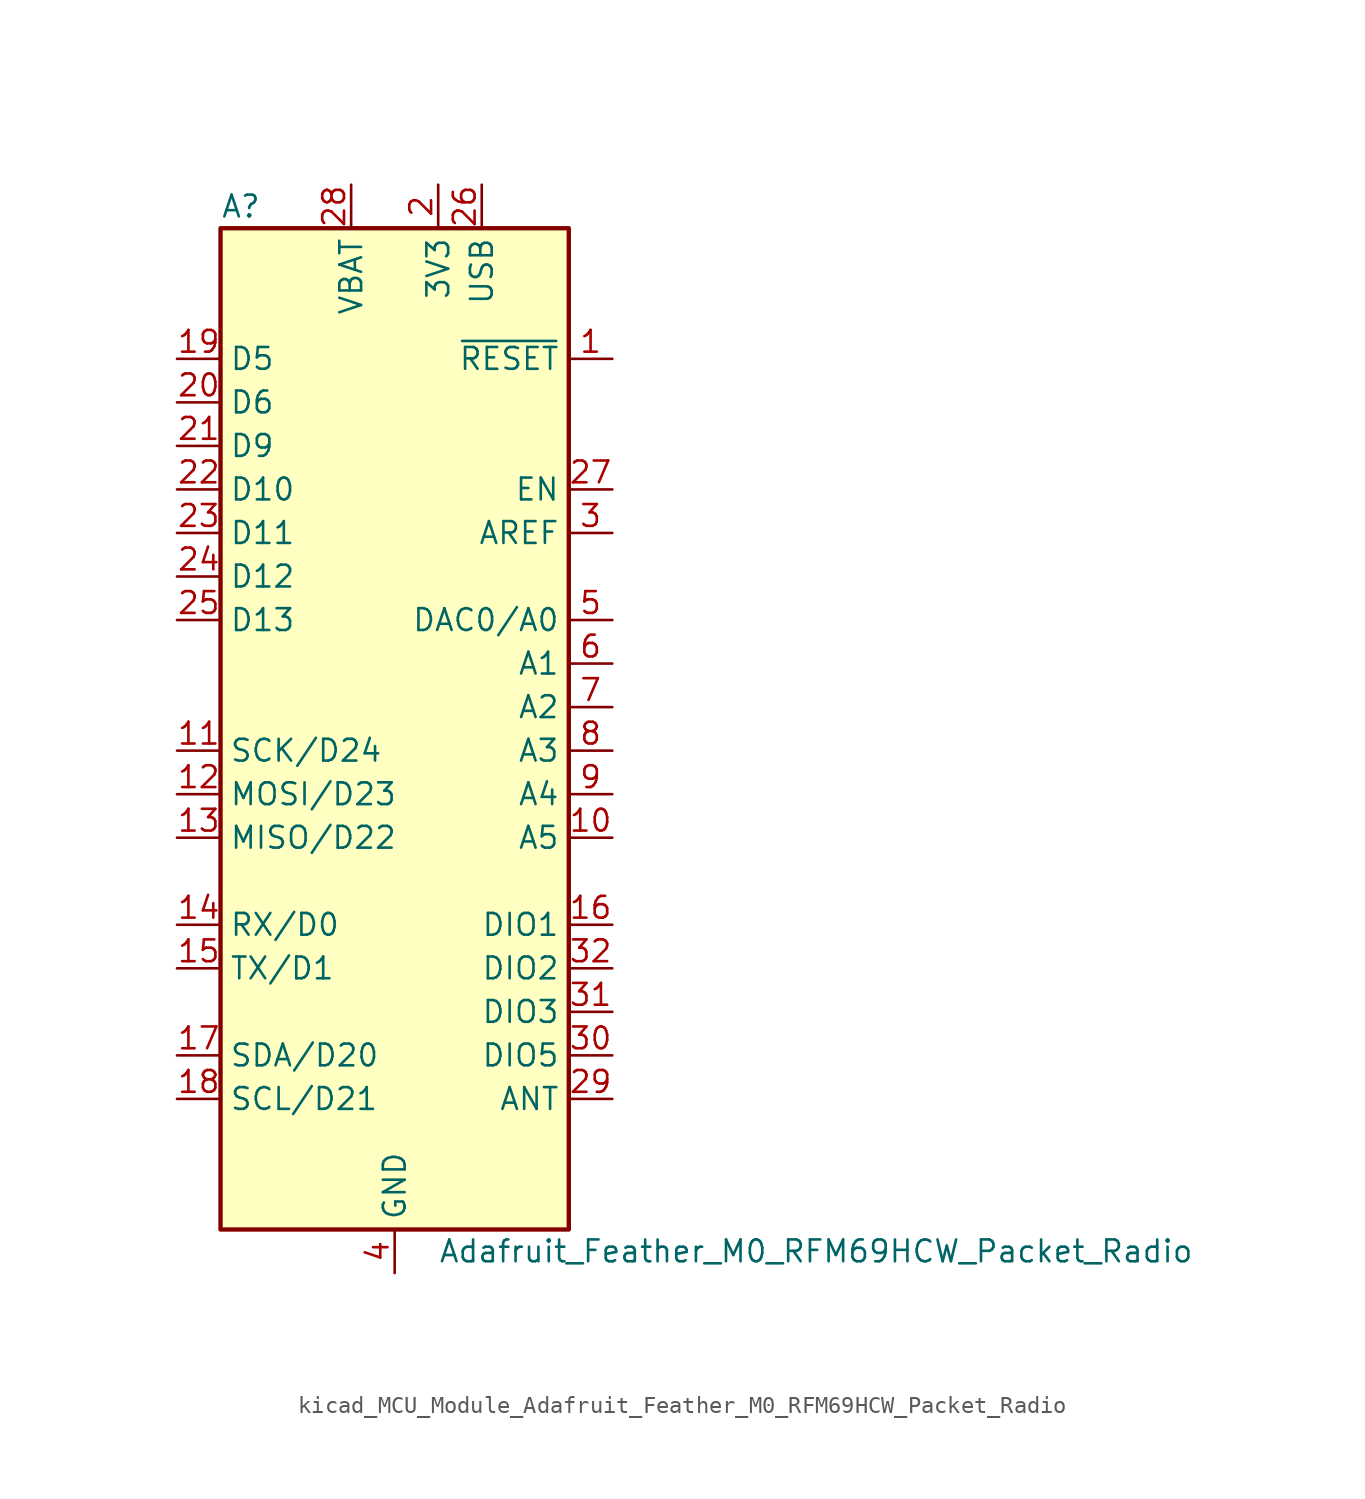
<source format=kicad_sym>
(kicad_symbol_lib
  (version 20220914)
  (generator kicad_symbol_editor)
  (symbol "kicad_MCU_Module_Adafruit_Feather_M0_RFM69HCW_Packet_Radio"
    (property "Reference" "A"
      (at -10.16 29.21 0)
      (effects (font (size 1.27 1.27)) (justify left)))
    (property "Value" "Adafruit_Feather_M0_RFM69HCW_Packet_Radio"
      (at 2.54 -31.75 0)
      (effects (font (size 1.27 1.27)) (justify left)))
    (symbol "kicad_MCU_Module_Adafruit_Feather_M0_RFM69HCW_Packet_Radio_0_1"
      (rectangle (start -10.16 27.94) (end 10.16 -30.48) (stroke (width 0.254) (type default)) (fill (type background))))
    (symbol "kicad_MCU_Module_Adafruit_Feather_M0_RFM69HCW_Packet_Radio_1_1"
      (pin input line (at 12.7 20.32 180) (length 2.54) (name "~{RESET}" (effects (font (size 1.27 1.27)))) (number "1" (effects (font (size 1.27 1.27)))))
      (pin bidirectional line (at 12.7 -7.62 180) (length 2.54) (name "A5" (effects (font (size 1.27 1.27)))) (number "10" (effects (font (size 1.27 1.27)))))
      (pin bidirectional line (at -12.7 -2.54 0) (length 2.54) (name "SCK/D24" (effects (font (size 1.27 1.27)))) (number "11" (effects (font (size 1.27 1.27)))))
      (pin bidirectional line (at -12.7 -5.08 0) (length 2.54) (name "MOSI/D23" (effects (font (size 1.27 1.27)))) (number "12" (effects (font (size 1.27 1.27)))))
      (pin bidirectional line (at -12.7 -7.62 0) (length 2.54) (name "MISO/D22" (effects (font (size 1.27 1.27)))) (number "13" (effects (font (size 1.27 1.27)))))
      (pin bidirectional line (at -12.7 -12.7 0) (length 2.54) (name "RX/D0" (effects (font (size 1.27 1.27)))) (number "14" (effects (font (size 1.27 1.27)))))
      (pin bidirectional line (at -12.7 -15.24 0) (length 2.54) (name "TX/D1" (effects (font (size 1.27 1.27)))) (number "15" (effects (font (size 1.27 1.27)))))
      (pin bidirectional line (at 12.7 -12.7 180) (length 2.54) (name "DIO1" (effects (font (size 1.27 1.27)))) (number "16" (effects (font (size 1.27 1.27)))))
      (pin bidirectional line (at -12.7 -20.32 0) (length 2.54) (name "SDA/D20" (effects (font (size 1.27 1.27)))) (number "17" (effects (font (size 1.27 1.27)))))
      (pin bidirectional line (at -12.7 -22.86 0) (length 2.54) (name "SCL/D21" (effects (font (size 1.27 1.27)))) (number "18" (effects (font (size 1.27 1.27)))))
      (pin bidirectional line (at -12.7 20.32 0) (length 2.54) (name "D5" (effects (font (size 1.27 1.27)))) (number "19" (effects (font (size 1.27 1.27)))))
      (pin power_in line (at 2.54 30.48 270) (length 2.54) (name "3V3" (effects (font (size 1.27 1.27)))) (number "2" (effects (font (size 1.27 1.27)))))
      (pin bidirectional line (at -12.7 17.78 0) (length 2.54) (name "D6" (effects (font (size 1.27 1.27)))) (number "20" (effects (font (size 1.27 1.27)))))
      (pin bidirectional line (at -12.7 15.24 0) (length 2.54) (name "D9" (effects (font (size 1.27 1.27)))) (number "21" (effects (font (size 1.27 1.27)))))
      (pin bidirectional line (at -12.7 12.7 0) (length 2.54) (name "D10" (effects (font (size 1.27 1.27)))) (number "22" (effects (font (size 1.27 1.27)))))
      (pin bidirectional line (at -12.7 10.16 0) (length 2.54) (name "D11" (effects (font (size 1.27 1.27)))) (number "23" (effects (font (size 1.27 1.27)))))
      (pin bidirectional line (at -12.7 7.62 0) (length 2.54) (name "D12" (effects (font (size 1.27 1.27)))) (number "24" (effects (font (size 1.27 1.27)))))
      (pin bidirectional line (at -12.7 5.08 0) (length 2.54) (name "D13" (effects (font (size 1.27 1.27)))) (number "25" (effects (font (size 1.27 1.27)))))
      (pin power_in line (at 5.08 30.48 270) (length 2.54) (name "USB" (effects (font (size 1.27 1.27)))) (number "26" (effects (font (size 1.27 1.27)))))
      (pin input line (at 12.7 12.7 180) (length 2.54) (name "EN" (effects (font (size 1.27 1.27)))) (number "27" (effects (font (size 1.27 1.27)))))
      (pin power_in line (at -2.54 30.48 270) (length 2.54) (name "VBAT" (effects (font (size 1.27 1.27)))) (number "28" (effects (font (size 1.27 1.27)))))
      (pin bidirectional line (at 12.7 -22.86 180) (length 2.54) (name "ANT" (effects (font (size 1.27 1.27)))) (number "29" (effects (font (size 1.27 1.27)))))
      (pin input line (at 12.7 10.16 180) (length 2.54) (name "AREF" (effects (font (size 1.27 1.27)))) (number "3" (effects (font (size 1.27 1.27)))))
      (pin bidirectional line (at 12.7 -20.32 180) (length 2.54) (name "DIO5" (effects (font (size 1.27 1.27)))) (number "30" (effects (font (size 1.27 1.27)))))
      (pin bidirectional line (at 12.7 -17.78 180) (length 2.54) (name "DIO3" (effects (font (size 1.27 1.27)))) (number "31" (effects (font (size 1.27 1.27)))))
      (pin bidirectional line (at 12.7 -15.24 180) (length 2.54) (name "DIO2" (effects (font (size 1.27 1.27)))) (number "32" (effects (font (size 1.27 1.27)))))
      (pin power_in line (at 0 -33.02 90) (length 2.54) (name "GND" (effects (font (size 1.27 1.27)))) (number "4" (effects (font (size 1.27 1.27)))))
      (pin bidirectional line (at 12.7 5.08 180) (length 2.54) (name "DAC0/A0" (effects (font (size 1.27 1.27)))) (number "5" (effects (font (size 1.27 1.27)))))
      (pin bidirectional line (at 12.7 2.54 180) (length 2.54) (name "A1" (effects (font (size 1.27 1.27)))) (number "6" (effects (font (size 1.27 1.27)))))
      (pin bidirectional line (at 12.7 0 180) (length 2.54) (name "A2" (effects (font (size 1.27 1.27)))) (number "7" (effects (font (size 1.27 1.27)))))
      (pin bidirectional line (at 12.7 -2.54 180) (length 2.54) (name "A3" (effects (font (size 1.27 1.27)))) (number "8" (effects (font (size 1.27 1.27)))))
      (pin bidirectional line (at 12.7 -5.08 180) (length 2.54) (name "A4" (effects (font (size 1.27 1.27)))) (number "9" (effects (font (size 1.27 1.27))))))))
</source>
